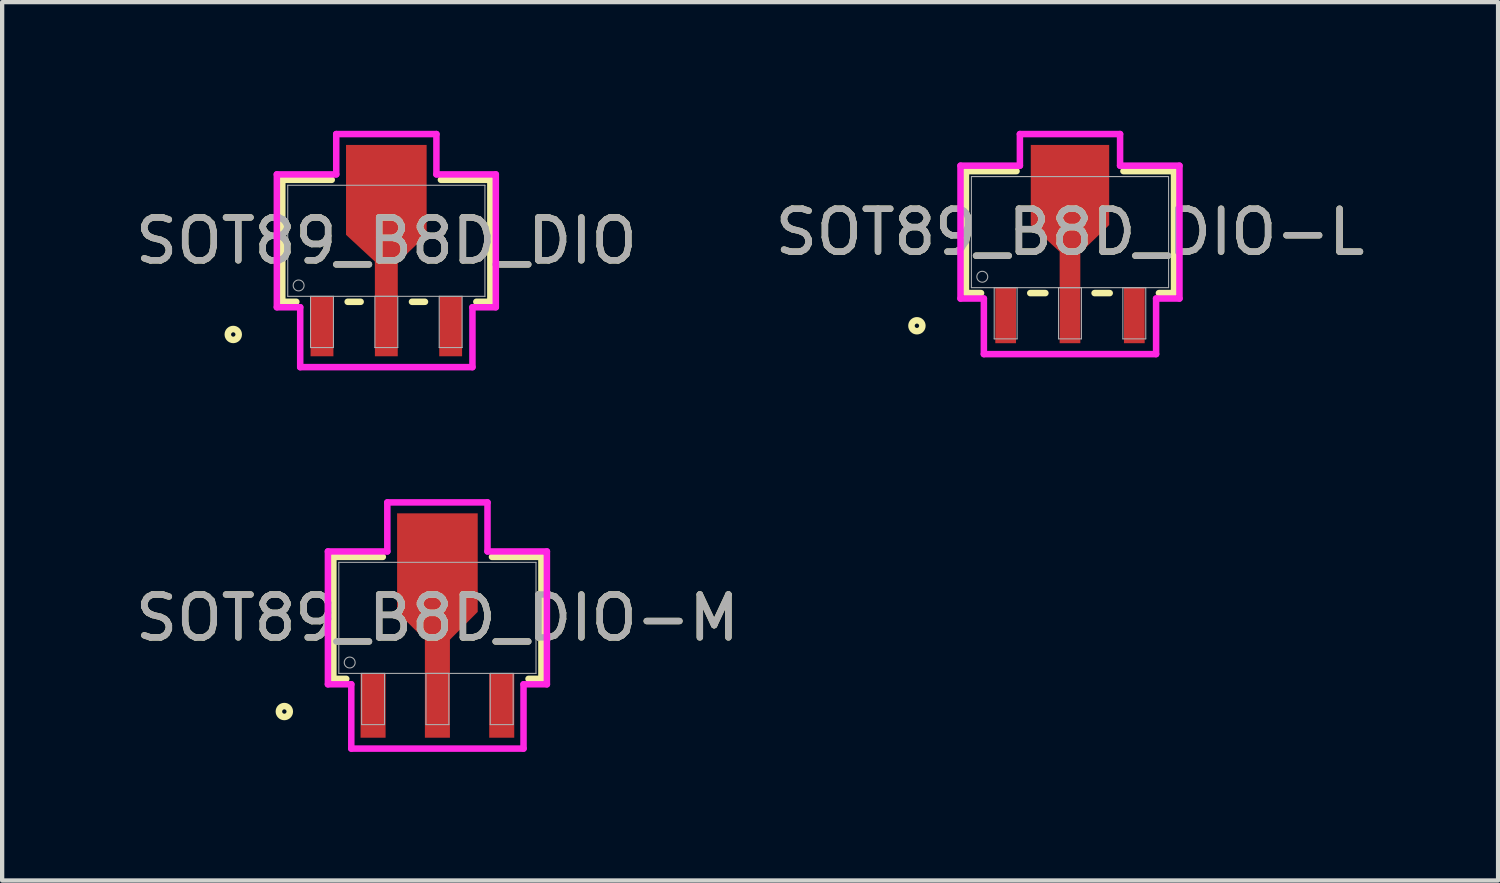
<source format=kicad_pcb>
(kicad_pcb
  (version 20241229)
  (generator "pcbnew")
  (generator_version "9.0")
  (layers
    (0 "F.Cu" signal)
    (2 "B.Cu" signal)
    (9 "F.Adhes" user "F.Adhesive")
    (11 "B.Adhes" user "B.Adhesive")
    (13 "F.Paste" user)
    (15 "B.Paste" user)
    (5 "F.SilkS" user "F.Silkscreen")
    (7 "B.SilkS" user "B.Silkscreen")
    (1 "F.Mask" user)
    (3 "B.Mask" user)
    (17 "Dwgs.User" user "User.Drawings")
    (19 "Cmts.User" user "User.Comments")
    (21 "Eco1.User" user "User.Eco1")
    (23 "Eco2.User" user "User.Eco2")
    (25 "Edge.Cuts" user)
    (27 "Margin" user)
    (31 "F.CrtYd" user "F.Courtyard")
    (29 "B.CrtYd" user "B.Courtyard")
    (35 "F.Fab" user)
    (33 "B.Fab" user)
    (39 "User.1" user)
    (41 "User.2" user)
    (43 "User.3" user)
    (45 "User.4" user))
  (footprint "SOT89_B8D_DIO"
    (layer "F.Cu")
    (at 5.958 2.565)
    (property "Reference" "SOT89_B8D_DIO" (at 0 0 0) (unlocked yes) (layer "F.SilkS") (effects (font (size 1 1) (thickness 0.15))))
    (attr smd)
    (fp_poly (pts (xy -0.267 1.295) (xy -0.267 0.483) (xy -0.94 -0.14) (xy -0.94 -2.235) (xy 0.94 -2.235) (xy 0.94 -0.14) (xy 0.267 0.508) (xy 0.267 1.295)) (stroke (width 0) (type solid)) (fill yes) (layer "F.Cu"))
    (fp_poly (pts (xy -0.267 1.295) (xy -0.267 0.483) (xy -0.914 -0.165) (xy -0.914 -2.083) (xy 0.914 -2.083) (xy 0.914 -0.165) (xy 0.267 0.483) (xy 0.267 1.295)) (stroke (width 0) (type solid)) (fill yes) (layer "F.Mask"))
    (fp_line (start -2.426 -1.422) (end -2.426 1.422) (stroke (width 0.152) (type solid)) (layer "F.SilkS"))
    (fp_line (start -2.426 1.422) (end -2.099 1.422) (stroke (width 0.152) (type solid)) (layer "F.SilkS"))
    (fp_line (start -1.273 -1.422) (end -2.426 -1.422) (stroke (width 0.152) (type solid)) (layer "F.SilkS"))
    (fp_line (start -0.901 1.422) (end -0.599 1.422) (stroke (width 0.152) (type solid)) (layer "F.SilkS"))
    (fp_line (start 0.599 1.422) (end 0.901 1.422) (stroke (width 0.152) (type solid)) (layer "F.SilkS"))
    (fp_line (start 2.099 1.422) (end 2.426 1.422) (stroke (width 0.152) (type solid)) (layer "F.SilkS"))
    (fp_line (start 2.426 -1.422) (end 1.273 -1.422) (stroke (width 0.152) (type solid)) (layer "F.SilkS"))
    (fp_line (start 2.426 1.422) (end 2.426 -1.422) (stroke (width 0.152) (type solid)) (layer "F.SilkS"))
    (fp_circle (center -3.569 2.184) (end -3.442 2.184) (stroke (width 0.152) (type solid)) (fill no) (layer "F.SilkS"))
    (fp_poly (pts (xy -0.267 1.295) (xy -0.267 0.483) (xy -0.914 -0.165) (xy -0.914 -2.083) (xy 0.914 -2.083) (xy 0.914 -0.165) (xy 0.267 0.483) (xy 0.267 1.295)) (stroke (width 0) (type solid)) (fill yes) (layer "F.Paste"))
    (fp_line (start -2.553 -1.549) (end -1.168 -1.549) (stroke (width 0.152) (type solid)) (layer "F.CrtYd"))
    (fp_line (start -2.553 1.549) (end -2.553 -1.549) (stroke (width 0.152) (type solid)) (layer "F.CrtYd"))
    (fp_line (start -2.008 1.549) (end -2.553 1.549) (stroke (width 0.152) (type solid)) (layer "F.CrtYd"))
    (fp_line (start -2.008 2.946) (end -2.008 1.549) (stroke (width 0.152) (type solid)) (layer "F.CrtYd"))
    (fp_line (start -1.168 -2.489) (end 1.168 -2.489) (stroke (width 0.152) (type solid)) (layer "F.CrtYd"))
    (fp_line (start -1.168 -1.549) (end -1.168 -2.489) (stroke (width 0.152) (type solid)) (layer "F.CrtYd"))
    (fp_line (start 1.168 -2.489) (end 1.168 -1.549) (stroke (width 0.152) (type solid)) (layer "F.CrtYd"))
    (fp_line (start 1.168 -1.549) (end 2.553 -1.549) (stroke (width 0.152) (type solid)) (layer "F.CrtYd"))
    (fp_line (start 2.008 1.549) (end 2.008 2.946) (stroke (width 0.152) (type solid)) (layer "F.CrtYd"))
    (fp_line (start 2.008 2.946) (end -2.008 2.946) (stroke (width 0.152) (type solid)) (layer "F.CrtYd"))
    (fp_line (start 2.553 -1.549) (end 2.553 1.549) (stroke (width 0.152) (type solid)) (layer "F.CrtYd"))
    (fp_line (start 2.553 1.549) (end 2.008 1.549) (stroke (width 0.152) (type solid)) (layer "F.CrtYd"))
    (fp_line (start -2.299 -1.295) (end -2.299 1.295) (stroke (width 0.025) (type solid)) (layer "F.Fab"))
    (fp_line (start -2.299 1.295) (end 2.299 1.295) (stroke (width 0.025) (type solid)) (layer "F.Fab"))
    (fp_line (start -1.767 1.295) (end -1.767 2.489) (stroke (width 0.025) (type solid)) (layer "F.Fab"))
    (fp_line (start -1.767 2.489) (end -1.233 2.489) (stroke (width 0.025) (type solid)) (layer "F.Fab"))
    (fp_line (start -1.233 1.295) (end -1.767 1.295) (stroke (width 0.025) (type solid)) (layer "F.Fab"))
    (fp_line (start -1.233 2.489) (end -1.233 1.295) (stroke (width 0.025) (type solid)) (layer "F.Fab"))
    (fp_line (start -0.267 1.295) (end -0.267 2.489) (stroke (width 0.025) (type solid)) (layer "F.Fab"))
    (fp_line (start -0.267 2.489) (end 0.267 2.489) (stroke (width 0.025) (type solid)) (layer "F.Fab"))
    (fp_line (start 0.267 1.295) (end -0.267 1.295) (stroke (width 0.025) (type solid)) (layer "F.Fab"))
    (fp_line (start 0.267 2.489) (end 0.267 1.295) (stroke (width 0.025) (type solid)) (layer "F.Fab"))
    (fp_line (start 1.233 1.295) (end 1.233 2.489) (stroke (width 0.025) (type solid)) (layer "F.Fab"))
    (fp_line (start 1.233 2.489) (end 1.767 2.489) (stroke (width 0.025) (type solid)) (layer "F.Fab"))
    (fp_line (start 1.767 1.295) (end 1.233 1.295) (stroke (width 0.025) (type solid)) (layer "F.Fab"))
    (fp_line (start 1.767 2.489) (end 1.767 1.295) (stroke (width 0.025) (type solid)) (layer "F.Fab"))
    (fp_line (start 2.299 -1.295) (end -2.299 -1.295) (stroke (width 0.025) (type solid)) (layer "F.Fab"))
    (fp_line (start 2.299 1.295) (end 2.299 -1.295) (stroke (width 0.025) (type solid)) (layer "F.Fab"))
    (fp_circle (center -2.045 1.041) (end -1.918 1.041) (stroke (width 0.025) (type solid)) (fill no) (layer "F.Fab"))
    (fp_text user "${REFERENCE}" (at 0 0 0) (unlocked yes) (layer "F.Fab") (effects (font (size 1 1) (thickness 0.15))))
    (pad "1" smd rect (at -1.5 1.994) (size 0.533 1.397) (layers "F.Cu" "F.Mask" "F.Paste"))
    (pad "2" smd rect (at 0 1.994) (size 0.533 1.397) (layers "F.Cu" "F.Mask" "F.Paste"))
    (pad "3" smd rect (at 1.5 1.994) (size 0.533 1.397) (layers "F.Cu" "F.Mask" "F.Paste")))
  (footprint "SOT89_B8D_DIO-M"
    (layer "F.Cu")
    (at 7.149 11.357)
    (property "Reference" "SOT89_B8D_DIO-M" (at 0 0 0) (unlocked yes) (layer "F.SilkS") (effects (font (size 1 1) (thickness 0.15))))
    (attr smd)
    (fp_poly (pts (xy -0.292 1.295) (xy -0.292 0.508) (xy -0.94 -0.14) (xy -0.94 -2.438) (xy 0.94 -2.438) (xy 0.94 -0.14) (xy 0.292 0.508) (xy 0.292 1.295)) (stroke (width 0) (type solid)) (fill yes) (layer "F.Cu"))
    (fp_poly (pts (xy -0.292 1.321) (xy -0.292 0.508) (xy -0.94 -0.14) (xy -0.94 -2.184) (xy 0.94 -2.184) (xy 0.94 -0.14) (xy 0.292 0.508) (xy 0.292 1.321)) (stroke (width 0) (type solid)) (fill yes) (layer "F.Mask"))
    (fp_line (start -2.426 -1.422) (end -2.426 1.422) (stroke (width 0.152) (type solid)) (layer "F.SilkS"))
    (fp_line (start -2.426 1.422) (end -2.125 1.422) (stroke (width 0.152) (type solid)) (layer "F.SilkS"))
    (fp_line (start -1.273 -1.422) (end -2.426 -1.422) (stroke (width 0.152) (type solid)) (layer "F.SilkS"))
    (fp_line (start 2.125 1.422) (end 2.426 1.422) (stroke (width 0.152) (type solid)) (layer "F.SilkS"))
    (fp_line (start 2.426 -1.422) (end 1.273 -1.422) (stroke (width 0.152) (type solid)) (layer "F.SilkS"))
    (fp_line (start 2.426 1.422) (end 2.426 -1.422) (stroke (width 0.152) (type solid)) (layer "F.SilkS"))
    (fp_circle (center -3.569 2.184) (end -3.442 2.184) (stroke (width 0.152) (type solid)) (fill no) (layer "F.SilkS"))
    (fp_poly (pts (xy -0.292 1.321) (xy -0.292 0.508) (xy -0.94 -0.14) (xy -0.94 -2.184) (xy 0.94 -2.184) (xy 0.94 -0.14) (xy 0.292 0.508) (xy 0.292 1.321)) (stroke (width 0) (type solid)) (fill yes) (layer "F.Paste"))
    (fp_line (start -2.553 -1.549) (end -1.168 -1.549) (stroke (width 0.152) (type solid)) (layer "F.CrtYd"))
    (fp_line (start -2.553 1.549) (end -2.553 -1.549) (stroke (width 0.152) (type solid)) (layer "F.CrtYd"))
    (fp_line (start -2.008 1.549) (end -2.553 1.549) (stroke (width 0.152) (type solid)) (layer "F.CrtYd"))
    (fp_line (start -2.008 3.048) (end -2.008 1.549) (stroke (width 0.152) (type solid)) (layer "F.CrtYd"))
    (fp_line (start -1.168 -2.692) (end 1.168 -2.692) (stroke (width 0.152) (type solid)) (layer "F.CrtYd"))
    (fp_line (start -1.168 -1.549) (end -1.168 -2.692) (stroke (width 0.152) (type solid)) (layer "F.CrtYd"))
    (fp_line (start 1.168 -2.692) (end 1.168 -1.549) (stroke (width 0.152) (type solid)) (layer "F.CrtYd"))
    (fp_line (start 1.168 -1.549) (end 2.553 -1.549) (stroke (width 0.152) (type solid)) (layer "F.CrtYd"))
    (fp_line (start 2.008 1.549) (end 2.008 3.048) (stroke (width 0.152) (type solid)) (layer "F.CrtYd"))
    (fp_line (start 2.008 3.048) (end -2.008 3.048) (stroke (width 0.152) (type solid)) (layer "F.CrtYd"))
    (fp_line (start 2.553 -1.549) (end 2.553 1.549) (stroke (width 0.152) (type solid)) (layer "F.CrtYd"))
    (fp_line (start 2.553 1.549) (end 2.008 1.549) (stroke (width 0.152) (type solid)) (layer "F.CrtYd"))
    (fp_line (start -2.299 -1.295) (end -2.299 1.295) (stroke (width 0.025) (type solid)) (layer "F.Fab"))
    (fp_line (start -2.299 1.295) (end 2.299 1.295) (stroke (width 0.025) (type solid)) (layer "F.Fab"))
    (fp_line (start -1.767 1.295) (end -1.767 2.489) (stroke (width 0.025) (type solid)) (layer "F.Fab"))
    (fp_line (start -1.767 2.489) (end -1.233 2.489) (stroke (width 0.025) (type solid)) (layer "F.Fab"))
    (fp_line (start -1.233 1.295) (end -1.767 1.295) (stroke (width 0.025) (type solid)) (layer "F.Fab"))
    (fp_line (start -1.233 2.489) (end -1.233 1.295) (stroke (width 0.025) (type solid)) (layer "F.Fab"))
    (fp_line (start -0.267 1.295) (end -0.267 2.489) (stroke (width 0.025) (type solid)) (layer "F.Fab"))
    (fp_line (start -0.267 2.489) (end 0.267 2.489) (stroke (width 0.025) (type solid)) (layer "F.Fab"))
    (fp_line (start 0.267 1.295) (end -0.267 1.295) (stroke (width 0.025) (type solid)) (layer "F.Fab"))
    (fp_line (start 0.267 2.489) (end 0.267 1.295) (stroke (width 0.025) (type solid)) (layer "F.Fab"))
    (fp_line (start 1.233 1.295) (end 1.233 2.489) (stroke (width 0.025) (type solid)) (layer "F.Fab"))
    (fp_line (start 1.233 2.489) (end 1.767 2.489) (stroke (width 0.025) (type solid)) (layer "F.Fab"))
    (fp_line (start 1.767 1.295) (end 1.233 1.295) (stroke (width 0.025) (type solid)) (layer "F.Fab"))
    (fp_line (start 1.767 2.489) (end 1.767 1.295) (stroke (width 0.025) (type solid)) (layer "F.Fab"))
    (fp_line (start 2.299 -1.295) (end -2.299 -1.295) (stroke (width 0.025) (type solid)) (layer "F.Fab"))
    (fp_line (start 2.299 1.295) (end 2.299 -1.295) (stroke (width 0.025) (type solid)) (layer "F.Fab"))
    (fp_circle (center -2.045 1.041) (end -1.918 1.041) (stroke (width 0.025) (type solid)) (fill no) (layer "F.Fab"))
    (fp_text user "${REFERENCE}" (at 0 0 0) (unlocked yes) (layer "F.Fab") (effects (font (size 1 1) (thickness 0.15))))
    (pad "1" smd rect (at -1.5 2.045) (size 0.584 1.499) (layers "F.Cu" "F.Mask" "F.Paste"))
    (pad "2" smd rect (at 0 2.045) (size 0.584 1.499) (layers "F.Cu" "F.Mask" "F.Paste"))
    (pad "3" smd rect (at 1.5 2.045) (size 0.584 1.499) (layers "F.Cu" "F.Mask" "F.Paste")))
  (footprint "SOT89_B8D_DIO-L"
    (layer "F.Cu")
    (at 21.899 2.362)
    (property "Reference" "SOT89_B8D_DIO-L" (at 0 0 0) (unlocked yes) (layer "F.SilkS") (effects (font (size 1 1) (thickness 0.15))))
    (attr smd)
    (fp_poly (pts (xy -0.241 1.295) (xy -0.241 0.457) (xy -0.914 -0.165) (xy -0.914 -2.032) (xy 0.914 -2.032) (xy 0.914 -0.165) (xy 0.241 0.483) (xy 0.241 1.295)) (stroke (width 0) (type solid)) (fill yes) (layer "F.Cu"))
    (fp_poly (pts (xy -0.241 1.27) (xy -0.241 0.457) (xy -0.889 -0.191) (xy -0.889 -1.981) (xy 0.889 -1.981) (xy 0.889 -0.191) (xy 0.241 0.457) (xy 0.241 1.27)) (stroke (width 0) (type solid)) (fill yes) (layer "F.Mask"))
    (fp_line (start -2.426 -1.422) (end -2.426 1.422) (stroke (width 0.152) (type solid)) (layer "F.SilkS"))
    (fp_line (start -2.426 1.422) (end -2.074 1.422) (stroke (width 0.152) (type solid)) (layer "F.SilkS"))
    (fp_line (start -1.247 -1.422) (end -2.426 -1.422) (stroke (width 0.152) (type solid)) (layer "F.SilkS"))
    (fp_line (start -0.926 1.422) (end -0.574 1.422) (stroke (width 0.152) (type solid)) (layer "F.SilkS"))
    (fp_line (start 0.574 1.422) (end 0.926 1.422) (stroke (width 0.152) (type solid)) (layer "F.SilkS"))
    (fp_line (start 2.074 1.422) (end 2.426 1.422) (stroke (width 0.152) (type solid)) (layer "F.SilkS"))
    (fp_line (start 2.426 -1.422) (end 1.247 -1.422) (stroke (width 0.152) (type solid)) (layer "F.SilkS"))
    (fp_line (start 2.426 1.422) (end 2.426 -1.422) (stroke (width 0.152) (type solid)) (layer "F.SilkS"))
    (fp_circle (center -3.569 2.184) (end -3.442 2.184) (stroke (width 0.152) (type solid)) (fill no) (layer "F.SilkS"))
    (fp_poly (pts (xy -0.241 1.27) (xy -0.241 0.457) (xy -0.889 -0.191) (xy -0.889 -1.981) (xy 0.889 -1.981) (xy 0.889 -0.191) (xy 0.241 0.457) (xy 0.241 1.27)) (stroke (width 0) (type solid)) (fill yes) (layer "F.Paste"))
    (fp_line (start -2.553 -1.549) (end -1.168 -1.549) (stroke (width 0.152) (type solid)) (layer "F.CrtYd"))
    (fp_line (start -2.553 1.549) (end -2.553 -1.549) (stroke (width 0.152) (type solid)) (layer "F.CrtYd"))
    (fp_line (start -2.008 1.549) (end -2.553 1.549) (stroke (width 0.152) (type solid)) (layer "F.CrtYd"))
    (fp_line (start -2.008 2.845) (end -2.008 1.549) (stroke (width 0.152) (type solid)) (layer "F.CrtYd"))
    (fp_line (start -1.168 -2.286) (end 1.168 -2.286) (stroke (width 0.152) (type solid)) (layer "F.CrtYd"))
    (fp_line (start -1.168 -1.549) (end -1.168 -2.286) (stroke (width 0.152) (type solid)) (layer "F.CrtYd"))
    (fp_line (start 1.168 -2.286) (end 1.168 -1.549) (stroke (width 0.152) (type solid)) (layer "F.CrtYd"))
    (fp_line (start 1.168 -1.549) (end 2.553 -1.549) (stroke (width 0.152) (type solid)) (layer "F.CrtYd"))
    (fp_line (start 2.008 1.549) (end 2.008 2.845) (stroke (width 0.152) (type solid)) (layer "F.CrtYd"))
    (fp_line (start 2.008 2.845) (end -2.008 2.845) (stroke (width 0.152) (type solid)) (layer "F.CrtYd"))
    (fp_line (start 2.553 -1.549) (end 2.553 1.549) (stroke (width 0.152) (type solid)) (layer "F.CrtYd"))
    (fp_line (start 2.553 1.549) (end 2.008 1.549) (stroke (width 0.152) (type solid)) (layer "F.CrtYd"))
    (fp_line (start -2.299 -1.295) (end -2.299 1.295) (stroke (width 0.025) (type solid)) (layer "F.Fab"))
    (fp_line (start -2.299 1.295) (end 2.299 1.295) (stroke (width 0.025) (type solid)) (layer "F.Fab"))
    (fp_line (start -1.767 1.295) (end -1.767 2.489) (stroke (width 0.025) (type solid)) (layer "F.Fab"))
    (fp_line (start -1.767 2.489) (end -1.233 2.489) (stroke (width 0.025) (type solid)) (layer "F.Fab"))
    (fp_line (start -1.233 1.295) (end -1.767 1.295) (stroke (width 0.025) (type solid)) (layer "F.Fab"))
    (fp_line (start -1.233 2.489) (end -1.233 1.295) (stroke (width 0.025) (type solid)) (layer "F.Fab"))
    (fp_line (start -0.267 1.295) (end -0.267 2.489) (stroke (width 0.025) (type solid)) (layer "F.Fab"))
    (fp_line (start -0.267 2.489) (end 0.267 2.489) (stroke (width 0.025) (type solid)) (layer "F.Fab"))
    (fp_line (start 0.267 1.295) (end -0.267 1.295) (stroke (width 0.025) (type solid)) (layer "F.Fab"))
    (fp_line (start 0.267 2.489) (end 0.267 1.295) (stroke (width 0.025) (type solid)) (layer "F.Fab"))
    (fp_line (start 1.233 1.295) (end 1.233 2.489) (stroke (width 0.025) (type solid)) (layer "F.Fab"))
    (fp_line (start 1.233 2.489) (end 1.767 2.489) (stroke (width 0.025) (type solid)) (layer "F.Fab"))
    (fp_line (start 1.767 1.295) (end 1.233 1.295) (stroke (width 0.025) (type solid)) (layer "F.Fab"))
    (fp_line (start 1.767 2.489) (end 1.767 1.295) (stroke (width 0.025) (type solid)) (layer "F.Fab"))
    (fp_line (start 2.299 -1.295) (end -2.299 -1.295) (stroke (width 0.025) (type solid)) (layer "F.Fab"))
    (fp_line (start 2.299 1.295) (end 2.299 -1.295) (stroke (width 0.025) (type solid)) (layer "F.Fab"))
    (fp_circle (center -2.045 1.041) (end -1.918 1.041) (stroke (width 0.025) (type solid)) (fill no) (layer "F.Fab"))
    (fp_text user "${REFERENCE}" (at 0 0 0) (unlocked yes) (layer "F.Fab") (effects (font (size 1 1) (thickness 0.15))))
    (pad "1" smd rect (at -1.5 1.943) (size 0.483 1.295) (layers "F.Cu" "F.Mask" "F.Paste"))
    (pad "2" smd rect (at 0 1.943) (size 0.483 1.295) (layers "F.Cu" "F.Mask" "F.Paste"))
    (pad "3" smd rect (at 1.5 1.943) (size 0.483 1.295) (layers "F.Cu" "F.Mask" "F.Paste")))
  (gr_rect
    (start -3 -3)
    (end 31.881 17.481)
    (stroke (width 0.1) (type default))
    (fill no)
    (layer "Edge.Cuts")))
</source>
